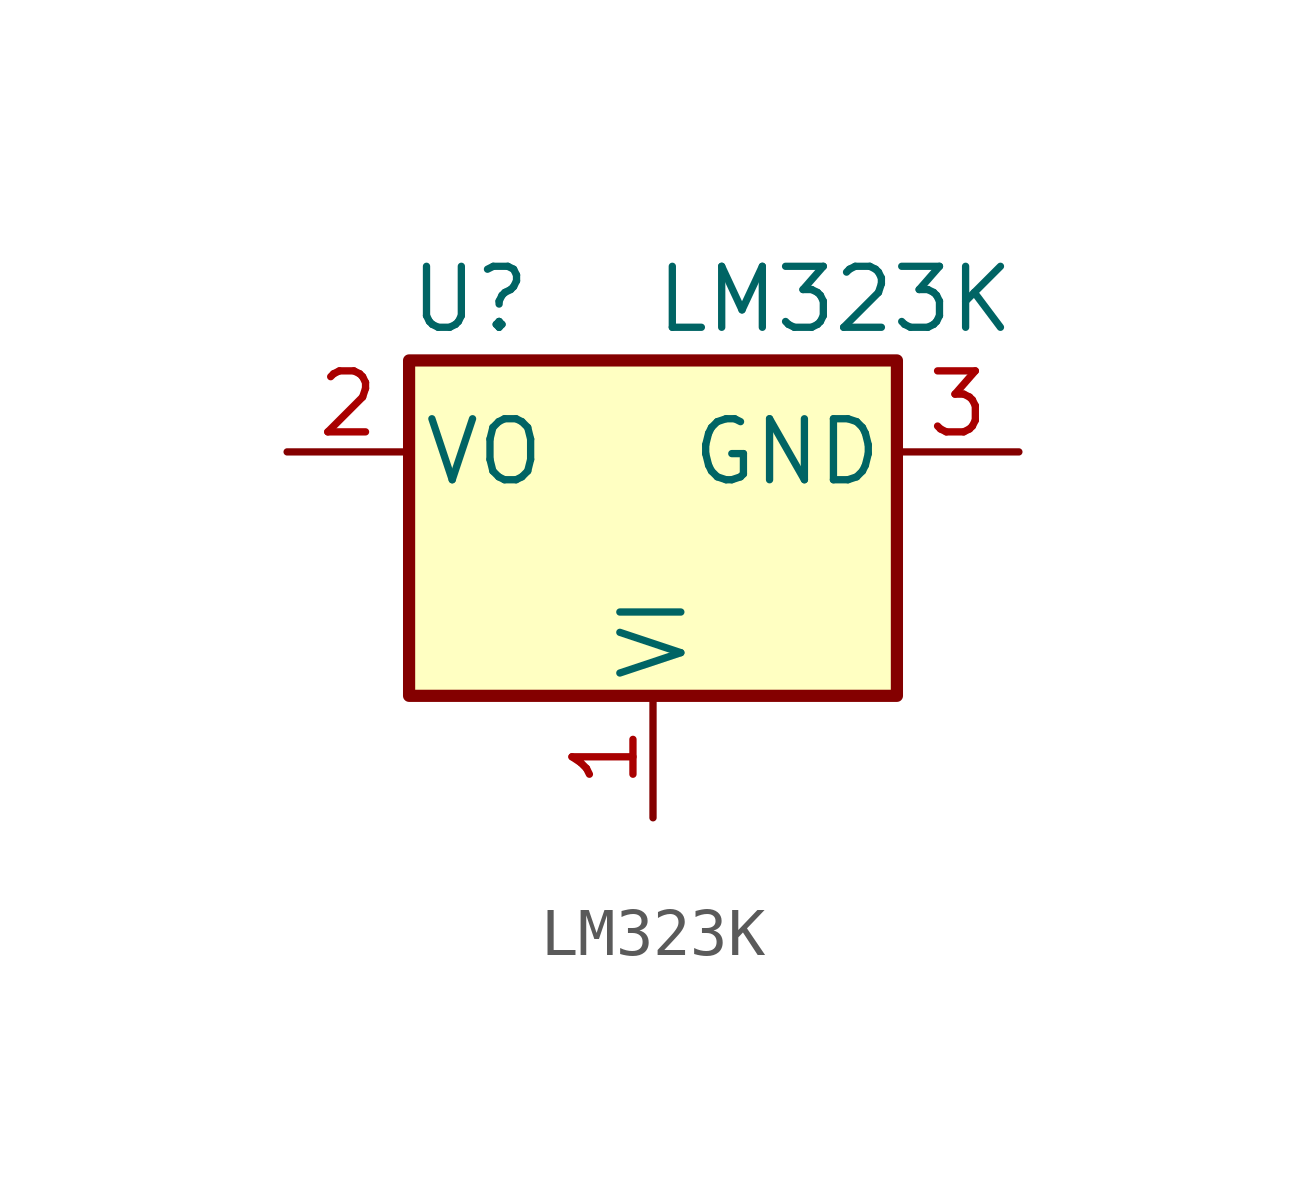
<source format=kicad_sym>
(kicad_symbol_lib
  (version 20220914)
  (generator kicad_symbol_editor)
  (symbol "LM323K"
    (pin_names
      (offset 0.254))
    (property "Reference" "U"
      (at -3.81 3.175 0)
      (effects (font (size 1.27 1.27))))
    (property "Value" "LM323K"
      (at 0 3.175 0)
      (effects (font (size 1.27 1.27)) (justify left)))
    (symbol "LM323K_0_1"
      (rectangle (start -5.08 1.905) (end 5.08 -5.08) (stroke (width 0.254) (type default)) (fill (type background))))
    (symbol "LM323K_1_1"
      (pin power_in line (at 0 -7.62 90) (length 2.54) (name "VI" (effects (font (size 1.27 1.27)))) (number "1" (effects (font (size 1.27 1.27)))))
      (pin power_out line (at -7.62 0 0) (length 2.54) (name "VO" (effects (font (size 1.27 1.27)))) (number "2" (effects (font (size 1.27 1.27)))))
      (pin input line (at 7.62 0 180) (length 2.54) (name "GND" (effects (font (size 1.27 1.27)))) (number "3" (effects (font (size 1.27 1.27))))))))
</source>
